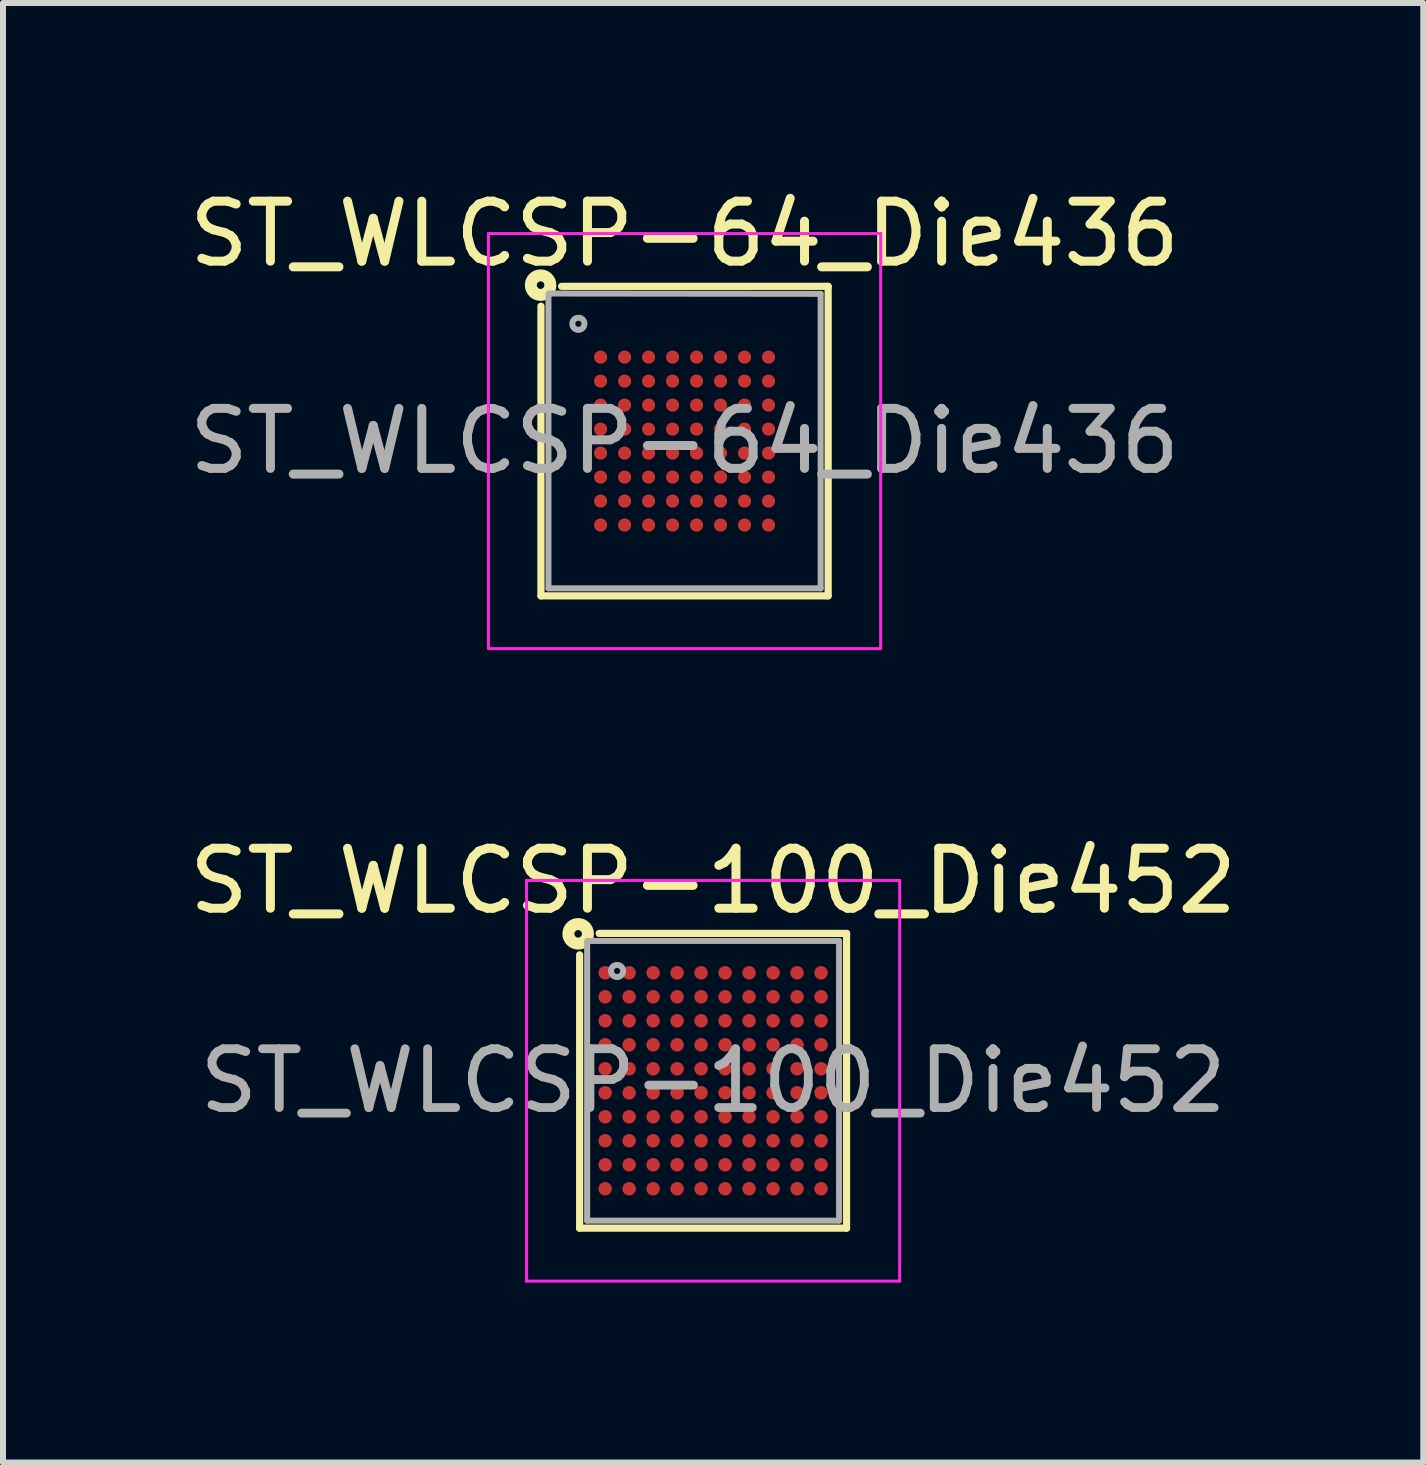
<source format=kicad_pcb>
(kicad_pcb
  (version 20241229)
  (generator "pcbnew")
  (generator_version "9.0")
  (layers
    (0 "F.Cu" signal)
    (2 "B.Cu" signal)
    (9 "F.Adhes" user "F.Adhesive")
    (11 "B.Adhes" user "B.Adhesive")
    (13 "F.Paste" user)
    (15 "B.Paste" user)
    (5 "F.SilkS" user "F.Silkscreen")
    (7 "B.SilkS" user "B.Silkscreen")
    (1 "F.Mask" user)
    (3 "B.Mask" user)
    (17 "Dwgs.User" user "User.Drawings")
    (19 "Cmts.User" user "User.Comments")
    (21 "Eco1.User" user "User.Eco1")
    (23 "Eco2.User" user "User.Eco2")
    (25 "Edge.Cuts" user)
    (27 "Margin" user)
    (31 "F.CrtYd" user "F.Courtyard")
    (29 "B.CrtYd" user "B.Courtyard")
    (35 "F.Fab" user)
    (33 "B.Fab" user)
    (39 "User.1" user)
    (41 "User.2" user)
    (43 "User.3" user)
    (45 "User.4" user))
  (footprint "ST_WLCSP-64_Die436"
    (layer "F.Cu")
    (at 8.363 4.304)
    (property "Reference" "ST_WLCSP-64_Die436" (at 0 -3.455 0) (layer "F.SilkS") (effects (font (size 1 1) (thickness 0.15))))
    (attr smd)
    (fp_line (start -2.394 2.58) (end -2.394 -2.25) (stroke (width 0.12) (type solid)) (layer "F.SilkS"))
    (fp_line (start -2.05 -2.58) (end 2.394 -2.58) (stroke (width 0.12) (type solid)) (layer "F.SilkS"))
    (fp_line (start 2.394 -2.58) (end 2.394 2.58) (stroke (width 0.12) (type solid)) (layer "F.SilkS"))
    (fp_line (start 2.394 2.58) (end -2.394 2.58) (stroke (width 0.12) (type solid)) (layer "F.SilkS"))
    (fp_circle (center -2.4 -2.6) (end -2.337 -2.6) (stroke (width 0.2) (type solid)) (fill no) (layer "F.SilkS"))
    (fp_line (start -3.27 -3.46) (end -3.27 3.46) (stroke (width 0.05) (type solid)) (layer "F.CrtYd"))
    (fp_line (start -3.27 3.46) (end 3.27 3.46) (stroke (width 0.05) (type solid)) (layer "F.CrtYd"))
    (fp_line (start 3.27 -3.46) (end -3.27 -3.46) (stroke (width 0.05) (type solid)) (layer "F.CrtYd"))
    (fp_line (start 3.27 3.46) (end 3.27 -3.46) (stroke (width 0.05) (type solid)) (layer "F.CrtYd"))
    (fp_line (start -2.269 2.455) (end -2.269 -2.45) (stroke (width 0.1) (type solid)) (layer "F.Fab"))
    (fp_line (start -2.26 -2.46) (end 2.269 -2.455) (stroke (width 0.1) (type solid)) (layer "F.Fab"))
    (fp_line (start 2.269 -2.455) (end 2.269 2.455) (stroke (width 0.1) (type solid)) (layer "F.Fab"))
    (fp_line (start 2.269 2.455) (end -2.269 2.455) (stroke (width 0.1) (type solid)) (layer "F.Fab"))
    (fp_circle (center -1.77 -1.956) (end -1.669 -1.956) (stroke (width 0.1) (type solid)) (fill no) (layer "F.Fab"))
    (fp_text user "${REFERENCE}" (at 0 0 0) (layer "F.Fab") (effects (font (size 1 1) (thickness 0.15))))
    (pad "A1" smd circle (at -1.4 -1.4) (size 0.22 0.22) (layers "F.Cu" "F.Mask" "F.Paste"))
    (pad "A2" smd circle (at -1 -1.4) (size 0.22 0.22) (layers "F.Cu" "F.Mask" "F.Paste"))
    (pad "A3" smd circle (at -0.6 -1.4) (size 0.22 0.22) (layers "F.Cu" "F.Mask" "F.Paste"))
    (pad "A4" smd circle (at -0.2 -1.4) (size 0.22 0.22) (layers "F.Cu" "F.Mask" "F.Paste"))
    (pad "A5" smd circle (at 0.2 -1.4) (size 0.22 0.22) (layers "F.Cu" "F.Mask" "F.Paste"))
    (pad "A6" smd circle (at 0.6 -1.4) (size 0.22 0.22) (layers "F.Cu" "F.Mask" "F.Paste"))
    (pad "A7" smd circle (at 1 -1.4) (size 0.22 0.22) (layers "F.Cu" "F.Mask" "F.Paste"))
    (pad "A8" smd circle (at 1.4 -1.4) (size 0.22 0.22) (layers "F.Cu" "F.Mask" "F.Paste"))
    (pad "B1" smd circle (at -1.4 -1) (size 0.22 0.22) (layers "F.Cu" "F.Mask" "F.Paste"))
    (pad "B2" smd circle (at -1 -1) (size 0.22 0.22) (layers "F.Cu" "F.Mask" "F.Paste"))
    (pad "B3" smd circle (at -0.6 -1) (size 0.22 0.22) (layers "F.Cu" "F.Mask" "F.Paste"))
    (pad "B4" smd circle (at -0.2 -1) (size 0.22 0.22) (layers "F.Cu" "F.Mask" "F.Paste"))
    (pad "B5" smd circle (at 0.2 -1) (size 0.22 0.22) (layers "F.Cu" "F.Mask" "F.Paste"))
    (pad "B6" smd circle (at 0.6 -1) (size 0.22 0.22) (layers "F.Cu" "F.Mask" "F.Paste"))
    (pad "B7" smd circle (at 1 -1) (size 0.22 0.22) (layers "F.Cu" "F.Mask" "F.Paste"))
    (pad "B8" smd circle (at 1.4 -1) (size 0.22 0.22) (layers "F.Cu" "F.Mask" "F.Paste"))
    (pad "C1" smd circle (at -1.4 -0.6) (size 0.22 0.22) (layers "F.Cu" "F.Mask" "F.Paste"))
    (pad "C2" smd circle (at -1 -0.6) (size 0.22 0.22) (layers "F.Cu" "F.Mask" "F.Paste"))
    (pad "C3" smd circle (at -0.6 -0.6) (size 0.22 0.22) (layers "F.Cu" "F.Mask" "F.Paste"))
    (pad "C4" smd circle (at -0.2 -0.6) (size 0.22 0.22) (layers "F.Cu" "F.Mask" "F.Paste"))
    (pad "C5" smd circle (at 0.2 -0.6) (size 0.22 0.22) (layers "F.Cu" "F.Mask" "F.Paste"))
    (pad "C6" smd circle (at 0.6 -0.6) (size 0.22 0.22) (layers "F.Cu" "F.Mask" "F.Paste"))
    (pad "C7" smd circle (at 1 -0.6) (size 0.22 0.22) (layers "F.Cu" "F.Mask" "F.Paste"))
    (pad "C8" smd circle (at 1.4 -0.6) (size 0.22 0.22) (layers "F.Cu" "F.Mask" "F.Paste"))
    (pad "D1" smd circle (at -1.4 -0.2) (size 0.22 0.22) (layers "F.Cu" "F.Mask" "F.Paste"))
    (pad "D2" smd circle (at -1 -0.2) (size 0.22 0.22) (layers "F.Cu" "F.Mask" "F.Paste"))
    (pad "D3" smd circle (at -0.6 -0.2) (size 0.22 0.22) (layers "F.Cu" "F.Mask" "F.Paste"))
    (pad "D4" smd circle (at -0.2 -0.2) (size 0.22 0.22) (layers "F.Cu" "F.Mask" "F.Paste"))
    (pad "D5" smd circle (at 0.2 -0.2) (size 0.22 0.22) (layers "F.Cu" "F.Mask" "F.Paste"))
    (pad "D6" smd circle (at 0.6 -0.2) (size 0.22 0.22) (layers "F.Cu" "F.Mask" "F.Paste"))
    (pad "D7" smd circle (at 1 -0.2) (size 0.22 0.22) (layers "F.Cu" "F.Mask" "F.Paste"))
    (pad "D8" smd circle (at 1.4 -0.2) (size 0.22 0.22) (layers "F.Cu" "F.Mask" "F.Paste"))
    (pad "E1" smd circle (at -1.4 0.2) (size 0.22 0.22) (layers "F.Cu" "F.Mask" "F.Paste"))
    (pad "E2" smd circle (at -1 0.2) (size 0.22 0.22) (layers "F.Cu" "F.Mask" "F.Paste"))
    (pad "E3" smd circle (at -0.6 0.2) (size 0.22 0.22) (layers "F.Cu" "F.Mask" "F.Paste"))
    (pad "E4" smd circle (at -0.2 0.2) (size 0.22 0.22) (layers "F.Cu" "F.Mask" "F.Paste"))
    (pad "E5" smd circle (at 0.2 0.2) (size 0.22 0.22) (layers "F.Cu" "F.Mask" "F.Paste"))
    (pad "E6" smd circle (at 0.6 0.2) (size 0.22 0.22) (layers "F.Cu" "F.Mask" "F.Paste"))
    (pad "E7" smd circle (at 1 0.2) (size 0.22 0.22) (layers "F.Cu" "F.Mask" "F.Paste"))
    (pad "E8" smd circle (at 1.4 0.2) (size 0.22 0.22) (layers "F.Cu" "F.Mask" "F.Paste"))
    (pad "F1" smd circle (at -1.4 0.6) (size 0.22 0.22) (layers "F.Cu" "F.Mask" "F.Paste"))
    (pad "F2" smd circle (at -1 0.6) (size 0.22 0.22) (layers "F.Cu" "F.Mask" "F.Paste"))
    (pad "F3" smd circle (at -0.6 0.6) (size 0.22 0.22) (layers "F.Cu" "F.Mask" "F.Paste"))
    (pad "F4" smd circle (at -0.2 0.6) (size 0.22 0.22) (layers "F.Cu" "F.Mask" "F.Paste"))
    (pad "F5" smd circle (at 0.2 0.6) (size 0.22 0.22) (layers "F.Cu" "F.Mask" "F.Paste"))
    (pad "F6" smd circle (at 0.6 0.6) (size 0.22 0.22) (layers "F.Cu" "F.Mask" "F.Paste"))
    (pad "F7" smd circle (at 1 0.6) (size 0.22 0.22) (layers "F.Cu" "F.Mask" "F.Paste"))
    (pad "F8" smd circle (at 1.4 0.6) (size 0.22 0.22) (layers "F.Cu" "F.Mask" "F.Paste"))
    (pad "G1" smd circle (at -1.4 1) (size 0.22 0.22) (layers "F.Cu" "F.Mask" "F.Paste"))
    (pad "G2" smd circle (at -1 1) (size 0.22 0.22) (layers "F.Cu" "F.Mask" "F.Paste"))
    (pad "G3" smd circle (at -0.6 1) (size 0.22 0.22) (layers "F.Cu" "F.Mask" "F.Paste"))
    (pad "G4" smd circle (at -0.2 1) (size 0.22 0.22) (layers "F.Cu" "F.Mask" "F.Paste"))
    (pad "G5" smd circle (at 0.2 1) (size 0.22 0.22) (layers "F.Cu" "F.Mask" "F.Paste"))
    (pad "G6" smd circle (at 0.6 1) (size 0.22 0.22) (layers "F.Cu" "F.Mask" "F.Paste"))
    (pad "G7" smd circle (at 1 1) (size 0.22 0.22) (layers "F.Cu" "F.Mask" "F.Paste"))
    (pad "G8" smd circle (at 1.4 1) (size 0.22 0.22) (layers "F.Cu" "F.Mask" "F.Paste"))
    (pad "H1" smd circle (at -1.4 1.4) (size 0.22 0.22) (layers "F.Cu" "F.Mask" "F.Paste"))
    (pad "H2" smd circle (at -1 1.4) (size 0.22 0.22) (layers "F.Cu" "F.Mask" "F.Paste"))
    (pad "H3" smd circle (at -0.6 1.4) (size 0.22 0.22) (layers "F.Cu" "F.Mask" "F.Paste"))
    (pad "H4" smd circle (at -0.2 1.4) (size 0.22 0.22) (layers "F.Cu" "F.Mask" "F.Paste"))
    (pad "H5" smd circle (at 0.2 1.4) (size 0.22 0.22) (layers "F.Cu" "F.Mask" "F.Paste"))
    (pad "H6" smd circle (at 0.6 1.4) (size 0.22 0.22) (layers "F.Cu" "F.Mask" "F.Paste"))
    (pad "H7" smd circle (at 1 1.4) (size 0.22 0.22) (layers "F.Cu" "F.Mask" "F.Paste"))
    (pad "H8" smd circle (at 1.4 1.4) (size 0.22 0.22) (layers "F.Cu" "F.Mask" "F.Paste")))
  (footprint "ST_WLCSP-100_Die452"
    (layer "F.Cu")
    (at 8.839 14.969)
    (property "Reference" "ST_WLCSP-100_Die452" (at 0 -3.332 0) (layer "F.SilkS") (effects (font (size 1 1) (thickness 0.15))))
    (attr smd)
    (fp_line (start -2.225 2.457) (end -2.225 -2.1) (stroke (width 0.12) (type solid)) (layer "F.SilkS"))
    (fp_line (start -1.9 -2.457) (end 2.225 -2.457) (stroke (width 0.12) (type solid)) (layer "F.SilkS"))
    (fp_line (start 2.225 -2.457) (end 2.225 2.457) (stroke (width 0.12) (type solid)) (layer "F.SilkS"))
    (fp_line (start 2.225 2.457) (end -2.225 2.457) (stroke (width 0.12) (type solid)) (layer "F.SilkS"))
    (fp_circle (center -2.25 -2.45) (end -2.187 -2.45) (stroke (width 0.2) (type solid)) (fill no) (layer "F.SilkS"))
    (fp_line (start -3.11 -3.34) (end -3.11 3.34) (stroke (width 0.05) (type solid)) (layer "F.CrtYd"))
    (fp_line (start -3.11 3.34) (end 3.11 3.34) (stroke (width 0.05) (type solid)) (layer "F.CrtYd"))
    (fp_line (start 3.11 -3.34) (end -3.11 -3.34) (stroke (width 0.05) (type solid)) (layer "F.CrtYd"))
    (fp_line (start 3.11 3.34) (end 3.11 -3.34) (stroke (width 0.05) (type solid)) (layer "F.CrtYd"))
    (fp_line (start -2.1 2.332) (end -2.1 -2.33) (stroke (width 0.1) (type solid)) (layer "F.Fab"))
    (fp_line (start -2.09 -2.332) (end 2.1 -2.332) (stroke (width 0.1) (type solid)) (layer "F.Fab"))
    (fp_line (start 2.1 -2.332) (end 2.1 2.332) (stroke (width 0.1) (type solid)) (layer "F.Fab"))
    (fp_line (start 2.1 2.332) (end -2.1 2.332) (stroke (width 0.1) (type solid)) (layer "F.Fab"))
    (fp_circle (center -1.601 -1.831) (end -1.5 -1.831) (stroke (width 0.1) (type solid)) (fill no) (layer "F.Fab"))
    (fp_text user "${REFERENCE}" (at 0 0 0) (layer "F.Fab") (effects (font (size 0.98 0.98) (thickness 0.147))))
    (pad "A1" smd circle (at -1.8 -1.8) (size 0.225 0.225) (layers "F.Cu" "F.Mask" "F.Paste"))
    (pad "A2" smd circle (at -1.4 -1.8) (size 0.225 0.225) (layers "F.Cu" "F.Mask" "F.Paste"))
    (pad "A3" smd circle (at -1 -1.8) (size 0.225 0.225) (layers "F.Cu" "F.Mask" "F.Paste"))
    (pad "A4" smd circle (at -0.6 -1.8) (size 0.225 0.225) (layers "F.Cu" "F.Mask" "F.Paste"))
    (pad "A5" smd circle (at -0.2 -1.8) (size 0.225 0.225) (layers "F.Cu" "F.Mask" "F.Paste"))
    (pad "A6" smd circle (at 0.2 -1.8) (size 0.225 0.225) (layers "F.Cu" "F.Mask" "F.Paste"))
    (pad "A7" smd circle (at 0.6 -1.8) (size 0.225 0.225) (layers "F.Cu" "F.Mask" "F.Paste"))
    (pad "A8" smd circle (at 1 -1.8) (size 0.225 0.225) (layers "F.Cu" "F.Mask" "F.Paste"))
    (pad "A9" smd circle (at 1.4 -1.8) (size 0.225 0.225) (layers "F.Cu" "F.Mask" "F.Paste"))
    (pad "A10" smd circle (at 1.8 -1.8) (size 0.225 0.225) (layers "F.Cu" "F.Mask" "F.Paste"))
    (pad "B1" smd circle (at -1.8 -1.4) (size 0.225 0.225) (layers "F.Cu" "F.Mask" "F.Paste"))
    (pad "B2" smd circle (at -1.4 -1.4) (size 0.225 0.225) (layers "F.Cu" "F.Mask" "F.Paste"))
    (pad "B3" smd circle (at -1 -1.4) (size 0.225 0.225) (layers "F.Cu" "F.Mask" "F.Paste"))
    (pad "B4" smd circle (at -0.6 -1.4) (size 0.225 0.225) (layers "F.Cu" "F.Mask" "F.Paste"))
    (pad "B5" smd circle (at -0.2 -1.4) (size 0.225 0.225) (layers "F.Cu" "F.Mask" "F.Paste"))
    (pad "B6" smd circle (at 0.2 -1.4) (size 0.225 0.225) (layers "F.Cu" "F.Mask" "F.Paste"))
    (pad "B7" smd circle (at 0.6 -1.4) (size 0.225 0.225) (layers "F.Cu" "F.Mask" "F.Paste"))
    (pad "B8" smd circle (at 1 -1.4) (size 0.225 0.225) (layers "F.Cu" "F.Mask" "F.Paste"))
    (pad "B9" smd circle (at 1.4 -1.4) (size 0.225 0.225) (layers "F.Cu" "F.Mask" "F.Paste"))
    (pad "B10" smd circle (at 1.8 -1.4) (size 0.225 0.225) (layers "F.Cu" "F.Mask" "F.Paste"))
    (pad "C1" smd circle (at -1.8 -1) (size 0.225 0.225) (layers "F.Cu" "F.Mask" "F.Paste"))
    (pad "C2" smd circle (at -1.4 -1) (size 0.225 0.225) (layers "F.Cu" "F.Mask" "F.Paste"))
    (pad "C3" smd circle (at -1 -1) (size 0.225 0.225) (layers "F.Cu" "F.Mask" "F.Paste"))
    (pad "C4" smd circle (at -0.6 -1) (size 0.225 0.225) (layers "F.Cu" "F.Mask" "F.Paste"))
    (pad "C5" smd circle (at -0.2 -1) (size 0.225 0.225) (layers "F.Cu" "F.Mask" "F.Paste"))
    (pad "C6" smd circle (at 0.2 -1) (size 0.225 0.225) (layers "F.Cu" "F.Mask" "F.Paste"))
    (pad "C7" smd circle (at 0.6 -1) (size 0.225 0.225) (layers "F.Cu" "F.Mask" "F.Paste"))
    (pad "C8" smd circle (at 1 -1) (size 0.225 0.225) (layers "F.Cu" "F.Mask" "F.Paste"))
    (pad "C9" smd circle (at 1.4 -1) (size 0.225 0.225) (layers "F.Cu" "F.Mask" "F.Paste"))
    (pad "C10" smd circle (at 1.8 -1) (size 0.225 0.225) (layers "F.Cu" "F.Mask" "F.Paste"))
    (pad "D1" smd circle (at -1.8 -0.6) (size 0.225 0.225) (layers "F.Cu" "F.Mask" "F.Paste"))
    (pad "D2" smd circle (at -1.4 -0.6) (size 0.225 0.225) (layers "F.Cu" "F.Mask" "F.Paste"))
    (pad "D3" smd circle (at -1 -0.6) (size 0.225 0.225) (layers "F.Cu" "F.Mask" "F.Paste"))
    (pad "D4" smd circle (at -0.6 -0.6) (size 0.225 0.225) (layers "F.Cu" "F.Mask" "F.Paste"))
    (pad "D5" smd circle (at -0.2 -0.6) (size 0.225 0.225) (layers "F.Cu" "F.Mask" "F.Paste"))
    (pad "D6" smd circle (at 0.2 -0.6) (size 0.225 0.225) (layers "F.Cu" "F.Mask" "F.Paste"))
    (pad "D7" smd circle (at 0.6 -0.6) (size 0.225 0.225) (layers "F.Cu" "F.Mask" "F.Paste"))
    (pad "D8" smd circle (at 1 -0.6) (size 0.225 0.225) (layers "F.Cu" "F.Mask" "F.Paste"))
    (pad "D9" smd circle (at 1.4 -0.6) (size 0.225 0.225) (layers "F.Cu" "F.Mask" "F.Paste"))
    (pad "D10" smd circle (at 1.8 -0.6) (size 0.225 0.225) (layers "F.Cu" "F.Mask" "F.Paste"))
    (pad "E1" smd circle (at -1.8 -0.2) (size 0.225 0.225) (layers "F.Cu" "F.Mask" "F.Paste"))
    (pad "E2" smd circle (at -1.4 -0.2) (size 0.225 0.225) (layers "F.Cu" "F.Mask" "F.Paste"))
    (pad "E3" smd circle (at -1 -0.2) (size 0.225 0.225) (layers "F.Cu" "F.Mask" "F.Paste"))
    (pad "E4" smd circle (at -0.6 -0.2) (size 0.225 0.225) (layers "F.Cu" "F.Mask" "F.Paste"))
    (pad "E5" smd circle (at -0.2 -0.2) (size 0.225 0.225) (layers "F.Cu" "F.Mask" "F.Paste"))
    (pad "E6" smd circle (at 0.2 -0.2) (size 0.225 0.225) (layers "F.Cu" "F.Mask" "F.Paste"))
    (pad "E7" smd circle (at 0.6 -0.2) (size 0.225 0.225) (layers "F.Cu" "F.Mask" "F.Paste"))
    (pad "E8" smd circle (at 1 -0.2) (size 0.225 0.225) (layers "F.Cu" "F.Mask" "F.Paste"))
    (pad "E9" smd circle (at 1.4 -0.2) (size 0.225 0.225) (layers "F.Cu" "F.Mask" "F.Paste"))
    (pad "E10" smd circle (at 1.8 -0.2) (size 0.225 0.225) (layers "F.Cu" "F.Mask" "F.Paste"))
    (pad "F1" smd circle (at -1.8 0.2) (size 0.225 0.225) (layers "F.Cu" "F.Mask" "F.Paste"))
    (pad "F2" smd circle (at -1.4 0.2) (size 0.225 0.225) (layers "F.Cu" "F.Mask" "F.Paste"))
    (pad "F3" smd circle (at -1 0.2) (size 0.225 0.225) (layers "F.Cu" "F.Mask" "F.Paste"))
    (pad "F4" smd circle (at -0.6 0.2) (size 0.225 0.225) (layers "F.Cu" "F.Mask" "F.Paste"))
    (pad "F5" smd circle (at -0.2 0.2) (size 0.225 0.225) (layers "F.Cu" "F.Mask" "F.Paste"))
    (pad "F6" smd circle (at 0.2 0.2) (size 0.225 0.225) (layers "F.Cu" "F.Mask" "F.Paste"))
    (pad "F7" smd circle (at 0.6 0.2) (size 0.225 0.225) (layers "F.Cu" "F.Mask" "F.Paste"))
    (pad "F8" smd circle (at 1 0.2) (size 0.225 0.225) (layers "F.Cu" "F.Mask" "F.Paste"))
    (pad "F9" smd circle (at 1.4 0.2) (size 0.225 0.225) (layers "F.Cu" "F.Mask" "F.Paste"))
    (pad "F10" smd circle (at 1.8 0.2) (size 0.225 0.225) (layers "F.Cu" "F.Mask" "F.Paste"))
    (pad "G1" smd circle (at -1.8 0.6) (size 0.225 0.225) (layers "F.Cu" "F.Mask" "F.Paste"))
    (pad "G2" smd circle (at -1.4 0.6) (size 0.225 0.225) (layers "F.Cu" "F.Mask" "F.Paste"))
    (pad "G3" smd circle (at -1 0.6) (size 0.225 0.225) (layers "F.Cu" "F.Mask" "F.Paste"))
    (pad "G4" smd circle (at -0.6 0.6) (size 0.225 0.225) (layers "F.Cu" "F.Mask" "F.Paste"))
    (pad "G5" smd circle (at -0.2 0.6) (size 0.225 0.225) (layers "F.Cu" "F.Mask" "F.Paste"))
    (pad "G6" smd circle (at 0.2 0.6) (size 0.225 0.225) (layers "F.Cu" "F.Mask" "F.Paste"))
    (pad "G7" smd circle (at 0.6 0.6) (size 0.225 0.225) (layers "F.Cu" "F.Mask" "F.Paste"))
    (pad "G8" smd circle (at 1 0.6) (size 0.225 0.225) (layers "F.Cu" "F.Mask" "F.Paste"))
    (pad "G9" smd circle (at 1.4 0.6) (size 0.225 0.225) (layers "F.Cu" "F.Mask" "F.Paste"))
    (pad "G10" smd circle (at 1.8 0.6) (size 0.225 0.225) (layers "F.Cu" "F.Mask" "F.Paste"))
    (pad "H1" smd circle (at -1.8 1) (size 0.225 0.225) (layers "F.Cu" "F.Mask" "F.Paste"))
    (pad "H2" smd circle (at -1.4 1) (size 0.225 0.225) (layers "F.Cu" "F.Mask" "F.Paste"))
    (pad "H3" smd circle (at -1 1) (size 0.225 0.225) (layers "F.Cu" "F.Mask" "F.Paste"))
    (pad "H4" smd circle (at -0.6 1) (size 0.225 0.225) (layers "F.Cu" "F.Mask" "F.Paste"))
    (pad "H5" smd circle (at -0.2 1) (size 0.225 0.225) (layers "F.Cu" "F.Mask" "F.Paste"))
    (pad "H6" smd circle (at 0.2 1) (size 0.225 0.225) (layers "F.Cu" "F.Mask" "F.Paste"))
    (pad "H7" smd circle (at 0.6 1) (size 0.225 0.225) (layers "F.Cu" "F.Mask" "F.Paste"))
    (pad "H8" smd circle (at 1 1) (size 0.225 0.225) (layers "F.Cu" "F.Mask" "F.Paste"))
    (pad "H9" smd circle (at 1.4 1) (size 0.225 0.225) (layers "F.Cu" "F.Mask" "F.Paste"))
    (pad "H10" smd circle (at 1.8 1) (size 0.225 0.225) (layers "F.Cu" "F.Mask" "F.Paste"))
    (pad "J1" smd circle (at -1.8 1.4) (size 0.225 0.225) (layers "F.Cu" "F.Mask" "F.Paste"))
    (pad "J2" smd circle (at -1.4 1.4) (size 0.225 0.225) (layers "F.Cu" "F.Mask" "F.Paste"))
    (pad "J3" smd circle (at -1 1.4) (size 0.225 0.225) (layers "F.Cu" "F.Mask" "F.Paste"))
    (pad "J4" smd circle (at -0.6 1.4) (size 0.225 0.225) (layers "F.Cu" "F.Mask" "F.Paste"))
    (pad "J5" smd circle (at -0.2 1.4) (size 0.225 0.225) (layers "F.Cu" "F.Mask" "F.Paste"))
    (pad "J6" smd circle (at 0.2 1.4) (size 0.225 0.225) (layers "F.Cu" "F.Mask" "F.Paste"))
    (pad "J7" smd circle (at 0.6 1.4) (size 0.225 0.225) (layers "F.Cu" "F.Mask" "F.Paste"))
    (pad "J8" smd circle (at 1 1.4) (size 0.225 0.225) (layers "F.Cu" "F.Mask" "F.Paste"))
    (pad "J9" smd circle (at 1.4 1.4) (size 0.225 0.225) (layers "F.Cu" "F.Mask" "F.Paste"))
    (pad "J10" smd circle (at 1.8 1.4) (size 0.225 0.225) (layers "F.Cu" "F.Mask" "F.Paste"))
    (pad "K1" smd circle (at -1.8 1.8) (size 0.225 0.225) (layers "F.Cu" "F.Mask" "F.Paste"))
    (pad "K2" smd circle (at -1.4 1.8) (size 0.225 0.225) (layers "F.Cu" "F.Mask" "F.Paste"))
    (pad "K3" smd circle (at -1 1.8) (size 0.225 0.225) (layers "F.Cu" "F.Mask" "F.Paste"))
    (pad "K4" smd circle (at -0.6 1.8) (size 0.225 0.225) (layers "F.Cu" "F.Mask" "F.Paste"))
    (pad "K5" smd circle (at -0.2 1.8) (size 0.225 0.225) (layers "F.Cu" "F.Mask" "F.Paste"))
    (pad "K6" smd circle (at 0.2 1.8) (size 0.225 0.225) (layers "F.Cu" "F.Mask" "F.Paste"))
    (pad "K7" smd circle (at 0.6 1.8) (size 0.225 0.225) (layers "F.Cu" "F.Mask" "F.Paste"))
    (pad "K8" smd circle (at 1 1.8) (size 0.225 0.225) (layers "F.Cu" "F.Mask" "F.Paste"))
    (pad "K9" smd circle (at 1.4 1.8) (size 0.225 0.225) (layers "F.Cu" "F.Mask" "F.Paste"))
    (pad "K10" smd circle (at 1.8 1.8) (size 0.225 0.225) (layers "F.Cu" "F.Mask" "F.Paste")))
  (gr_rect
    (start -3 -3)
    (end 20.679 21.334)
    (stroke (width 0.1) (type default))
    (fill no)
    (layer "Edge.Cuts")))
</source>
